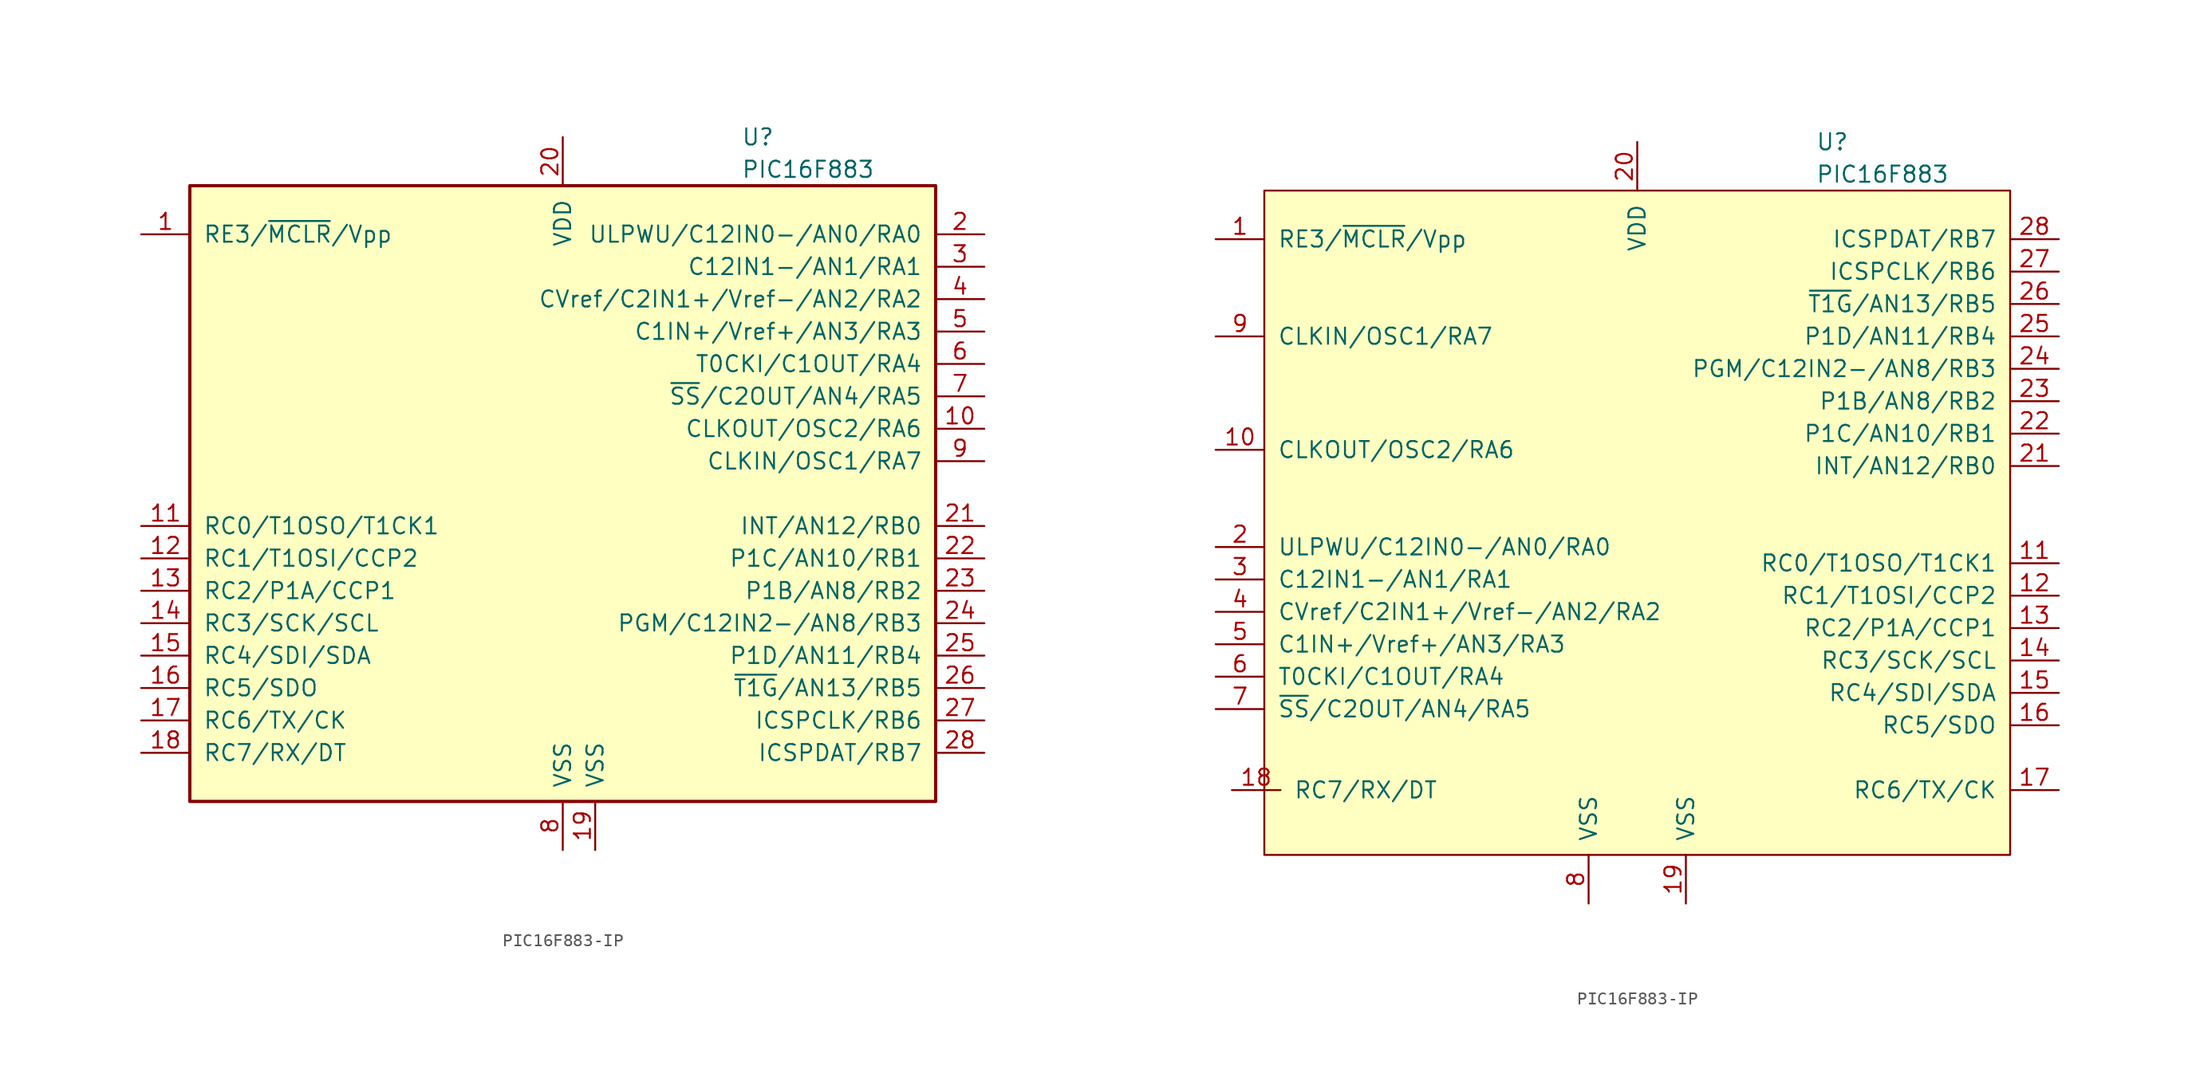
<source format=kicad_sym>
(kicad_symbol_lib
  (version 20231120)
  (generator "kicad_symbol_editor")
  (generator_version "8.0")
  (symbol "PIC16F883-IP"
    (pin_names
      (offset 1.016))
    (property "Reference" "U"
      (at 13.97 27.94 0)
      (effects (font (size 1.27 1.27)) (justify left)))
    (property "Value" "PIC16F883"
      (at 13.97 25.4 0)
      (effects (font (size 1.27 1.27)) (justify left)))
    (symbol "PIC16F883-IP_0_1"
      (rectangle (start -29.21 24.13) (end 29.21 -24.13) (stroke (width 0.254) (type default)) (fill (type background))))
    (symbol "PIC16F883-IP_1_1"
      (pin bidirectional line (at -33.02 20.32 0) (length 3.81) (name "RE3/~{MCLR}/Vpp" (effects (font (size 1.27 1.27)))) (number "1" (effects (font (size 1.27 1.27)))))
      (pin bidirectional line (at 33.02 5.08 180) (length 3.81) (name "CLKOUT/OSC2/RA6" (effects (font (size 1.27 1.27)))) (number "10" (effects (font (size 1.27 1.27)))))
      (pin bidirectional line (at -33.02 -2.54 0) (length 3.81) (name "RC0/T1OSO/T1CK1" (effects (font (size 1.27 1.27)))) (number "11" (effects (font (size 1.27 1.27)))))
      (pin bidirectional line (at -33.02 -5.08 0) (length 3.81) (name "RC1/T1OSI/CCP2" (effects (font (size 1.27 1.27)))) (number "12" (effects (font (size 1.27 1.27)))))
      (pin bidirectional line (at -33.02 -7.62 0) (length 3.81) (name "RC2/P1A/CCP1" (effects (font (size 1.27 1.27)))) (number "13" (effects (font (size 1.27 1.27)))))
      (pin bidirectional line (at -33.02 -10.16 0) (length 3.81) (name "RC3/SCK/SCL" (effects (font (size 1.27 1.27)))) (number "14" (effects (font (size 1.27 1.27)))))
      (pin bidirectional line (at -33.02 -12.7 0) (length 3.81) (name "RC4/SDI/SDA" (effects (font (size 1.27 1.27)))) (number "15" (effects (font (size 1.27 1.27)))))
      (pin bidirectional line (at -33.02 -15.24 0) (length 3.81) (name "RC5/SDO" (effects (font (size 1.27 1.27)))) (number "16" (effects (font (size 1.27 1.27)))))
      (pin bidirectional line (at -33.02 -17.78 0) (length 3.81) (name "RC6/TX/CK" (effects (font (size 1.27 1.27)))) (number "17" (effects (font (size 1.27 1.27)))))
      (pin bidirectional line (at -33.02 -20.32 0) (length 3.81) (name "RC7/RX/DT" (effects (font (size 1.27 1.27)))) (number "18" (effects (font (size 1.27 1.27)))))
      (pin power_in line (at 2.54 -27.94 90) (length 3.81) (name "VSS" (effects (font (size 1.27 1.27)))) (number "19" (effects (font (size 1.27 1.27)))))
      (pin bidirectional line (at 33.02 20.32 180) (length 3.81) (name "ULPWU/C12IN0-/AN0/RA0" (effects (font (size 1.27 1.27)))) (number "2" (effects (font (size 1.27 1.27)))))
      (pin power_in line (at 0 27.94 270) (length 3.81) (name "VDD" (effects (font (size 1.27 1.27)))) (number "20" (effects (font (size 1.27 1.27)))))
      (pin bidirectional line (at 33.02 -2.54 180) (length 3.81) (name "INT/AN12/RB0" (effects (font (size 1.27 1.27)))) (number "21" (effects (font (size 1.27 1.27)))))
      (pin bidirectional line (at 33.02 -5.08 180) (length 3.81) (name "P1C/AN10/RB1" (effects (font (size 1.27 1.27)))) (number "22" (effects (font (size 1.27 1.27)))))
      (pin bidirectional line (at 33.02 -7.62 180) (length 3.81) (name "P1B/AN8/RB2" (effects (font (size 1.27 1.27)))) (number "23" (effects (font (size 1.27 1.27)))))
      (pin bidirectional line (at 33.02 -10.16 180) (length 3.81) (name "PGM/C12IN2-/AN8/RB3" (effects (font (size 1.27 1.27)))) (number "24" (effects (font (size 1.27 1.27)))))
      (pin bidirectional line (at 33.02 -12.7 180) (length 3.81) (name "P1D/AN11/RB4" (effects (font (size 1.27 1.27)))) (number "25" (effects (font (size 1.27 1.27)))))
      (pin bidirectional line (at 33.02 -15.24 180) (length 3.81) (name "~{T1G}/AN13/RB5" (effects (font (size 1.27 1.27)))) (number "26" (effects (font (size 1.27 1.27)))))
      (pin bidirectional line (at 33.02 -17.78 180) (length 3.81) (name "ICSPCLK/RB6" (effects (font (size 1.27 1.27)))) (number "27" (effects (font (size 1.27 1.27)))))
      (pin bidirectional line (at 33.02 -20.32 180) (length 3.81) (name "ICSPDAT/RB7" (effects (font (size 1.27 1.27)))) (number "28" (effects (font (size 1.27 1.27)))))
      (pin bidirectional line (at 33.02 17.78 180) (length 3.81) (name "C12IN1-/AN1/RA1" (effects (font (size 1.27 1.27)))) (number "3" (effects (font (size 1.27 1.27)))))
      (pin bidirectional line (at 33.02 15.24 180) (length 3.81) (name "CVref/C2IN1+/Vref-/AN2/RA2" (effects (font (size 1.27 1.27)))) (number "4" (effects (font (size 1.27 1.27)))))
      (pin bidirectional line (at 33.02 12.7 180) (length 3.81) (name "C1IN+/Vref+/AN3/RA3" (effects (font (size 1.27 1.27)))) (number "5" (effects (font (size 1.27 1.27)))))
      (pin bidirectional line (at 33.02 10.16 180) (length 3.81) (name "T0CKI/C1OUT/RA4" (effects (font (size 1.27 1.27)))) (number "6" (effects (font (size 1.27 1.27)))))
      (pin bidirectional line (at 33.02 7.62 180) (length 3.81) (name "~{SS}/C2OUT/AN4/RA5" (effects (font (size 1.27 1.27)))) (number "7" (effects (font (size 1.27 1.27)))))
      (pin power_in line (at 0 -27.94 90) (length 3.81) (name "VSS" (effects (font (size 1.27 1.27)))) (number "8" (effects (font (size 1.27 1.27)))))
      (pin input line (at 33.02 2.54 180) (length 3.81) (name "CLKIN/OSC1/RA7" (effects (font (size 1.27 1.27)))) (number "9" (effects (font (size 1.27 1.27))))))
    (symbol "PIC16F883-IP_1_2"
      (rectangle (start -29.21 24.13) (end 29.21 -27.94) (stroke (width 0) (type default)) (fill (type background)))
      (pin bidirectional line (at -33.02 20.32 0) (length 3.81) (name "RE3/~{MCLR}/Vpp" (effects (font (size 1.27 1.27)))) (number "1" (effects (font (size 1.27 1.27)))))
      (pin bidirectional line (at -33.02 3.81 0) (length 3.81) (name "CLKOUT/OSC2/RA6" (effects (font (size 1.27 1.27)))) (number "10" (effects (font (size 1.27 1.27)))))
      (pin bidirectional line (at 33.02 -5.08 180) (length 3.81) (name "RC0/T1OSO/T1CK1" (effects (font (size 1.27 1.27)))) (number "11" (effects (font (size 1.27 1.27)))))
      (pin bidirectional line (at 33.02 -7.62 180) (length 3.81) (name "RC1/T1OSI/CCP2" (effects (font (size 1.27 1.27)))) (number "12" (effects (font (size 1.27 1.27)))))
      (pin bidirectional line (at 33.02 -10.16 180) (length 3.81) (name "RC2/P1A/CCP1" (effects (font (size 1.27 1.27)))) (number "13" (effects (font (size 1.27 1.27)))))
      (pin bidirectional line (at 33.02 -12.7 180) (length 3.81) (name "RC3/SCK/SCL" (effects (font (size 1.27 1.27)))) (number "14" (effects (font (size 1.27 1.27)))))
      (pin bidirectional line (at 33.02 -15.24 180) (length 3.81) (name "RC4/SDI/SDA" (effects (font (size 1.27 1.27)))) (number "15" (effects (font (size 1.27 1.27)))))
      (pin bidirectional line (at 33.02 -17.78 180) (length 3.81) (name "RC5/SDO" (effects (font (size 1.27 1.27)))) (number "16" (effects (font (size 1.27 1.27)))))
      (pin bidirectional line (at 33.02 -22.86 180) (length 3.81) (name "RC6/TX/CK" (effects (font (size 1.27 1.27)))) (number "17" (effects (font (size 1.27 1.27)))))
      (pin bidirectional line (at -31.75 -22.86 0) (length 3.81) (name "RC7/RX/DT" (effects (font (size 1.27 1.27)))) (number "18" (effects (font (size 1.27 1.27)))))
      (pin power_in line (at 3.81 -31.75 90) (length 3.81) (name "VSS" (effects (font (size 1.27 1.27)))) (number "19" (effects (font (size 1.27 1.27)))))
      (pin bidirectional line (at -33.02 -3.81 0) (length 3.81) (name "ULPWU/C12IN0-/AN0/RA0" (effects (font (size 1.27 1.27)))) (number "2" (effects (font (size 1.27 1.27)))))
      (pin power_in line (at 0 27.94 270) (length 3.81) (name "VDD" (effects (font (size 1.27 1.27)))) (number "20" (effects (font (size 1.27 1.27)))))
      (pin bidirectional line (at 33.02 2.54 180) (length 3.81) (name "INT/AN12/RB0" (effects (font (size 1.27 1.27)))) (number "21" (effects (font (size 1.27 1.27)))))
      (pin bidirectional line (at 33.02 5.08 180) (length 3.81) (name "P1C/AN10/RB1" (effects (font (size 1.27 1.27)))) (number "22" (effects (font (size 1.27 1.27)))))
      (pin bidirectional line (at 33.02 7.62 180) (length 3.81) (name "P1B/AN8/RB2" (effects (font (size 1.27 1.27)))) (number "23" (effects (font (size 1.27 1.27)))))
      (pin bidirectional line (at 33.02 10.16 180) (length 3.81) (name "PGM/C12IN2-/AN8/RB3" (effects (font (size 1.27 1.27)))) (number "24" (effects (font (size 1.27 1.27)))))
      (pin bidirectional line (at 33.02 12.7 180) (length 3.81) (name "P1D/AN11/RB4" (effects (font (size 1.27 1.27)))) (number "25" (effects (font (size 1.27 1.27)))))
      (pin bidirectional line (at 33.02 15.24 180) (length 3.81) (name "~{T1G}/AN13/RB5" (effects (font (size 1.27 1.27)))) (number "26" (effects (font (size 1.27 1.27)))))
      (pin bidirectional line (at 33.02 17.78 180) (length 3.81) (name "ICSPCLK/RB6" (effects (font (size 1.27 1.27)))) (number "27" (effects (font (size 1.27 1.27)))))
      (pin bidirectional line (at 33.02 20.32 180) (length 3.81) (name "ICSPDAT/RB7" (effects (font (size 1.27 1.27)))) (number "28" (effects (font (size 1.27 1.27)))))
      (pin bidirectional line (at -33.02 -6.35 0) (length 3.81) (name "C12IN1-/AN1/RA1" (effects (font (size 1.27 1.27)))) (number "3" (effects (font (size 1.27 1.27)))))
      (pin bidirectional line (at -33.02 -8.89 0) (length 3.81) (name "CVref/C2IN1+/Vref-/AN2/RA2" (effects (font (size 1.27 1.27)))) (number "4" (effects (font (size 1.27 1.27)))))
      (pin bidirectional line (at -33.02 -11.43 0) (length 3.81) (name "C1IN+/Vref+/AN3/RA3" (effects (font (size 1.27 1.27)))) (number "5" (effects (font (size 1.27 1.27)))))
      (pin bidirectional line (at -33.02 -13.97 0) (length 3.81) (name "T0CKI/C1OUT/RA4" (effects (font (size 1.27 1.27)))) (number "6" (effects (font (size 1.27 1.27)))))
      (pin bidirectional line (at -33.02 -16.51 0) (length 3.81) (name "~{SS}/C2OUT/AN4/RA5" (effects (font (size 1.27 1.27)))) (number "7" (effects (font (size 1.27 1.27)))))
      (pin power_in line (at -3.81 -31.75 90) (length 3.81) (name "VSS" (effects (font (size 1.27 1.27)))) (number "8" (effects (font (size 1.27 1.27)))))
      (pin input line (at -33.02 12.7 0) (length 3.81) (name "CLKIN/OSC1/RA7" (effects (font (size 1.27 1.27)))) (number "9" (effects (font (size 1.27 1.27))))))))
</source>
